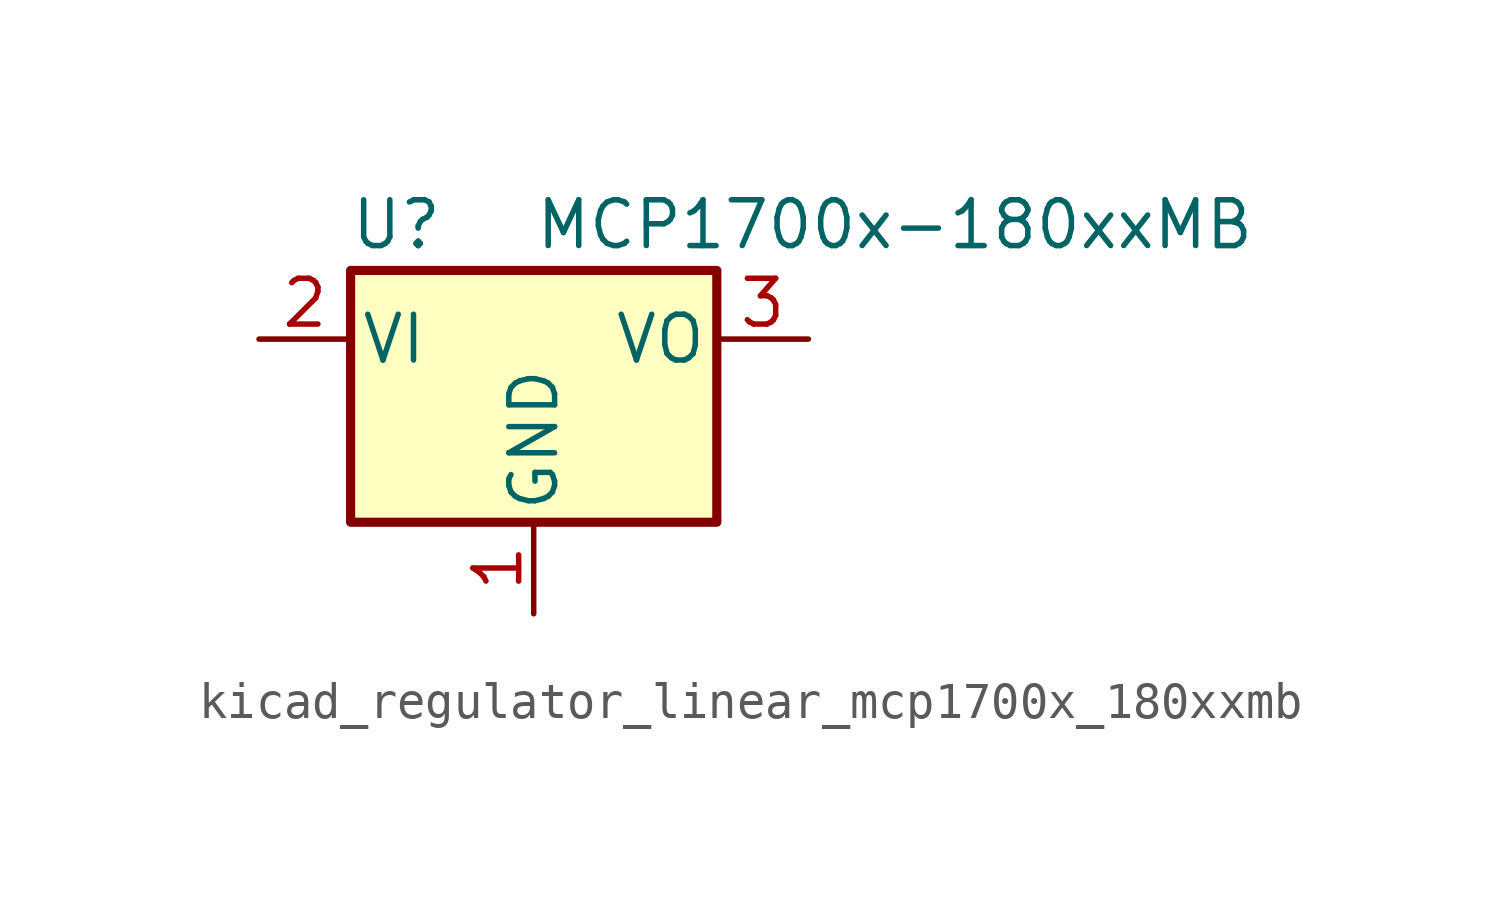
<source format=kicad_sym>
(kicad_symbol_lib
  (version 20220914)
  (generator kicad_symbol_editor)
  (symbol "kicad_regulator_linear_mcp1700x_180xxmb"
    (pin_names
      (offset 0.254))
    (property "Reference" "U"
      (at -3.81 3.175 0)
      (effects (font (size 1.27 1.27))))
    (property "Value" "MCP1700x-180xxMB"
      (at 0 3.175 0)
      (effects (font (size 1.27 1.27)) (justify left)))
    (symbol "kicad_regulator_linear_mcp1700x_180xxmb_0_1"
      (rectangle (start -5.08 -5.08) (end 5.08 1.905) (stroke (width 0.254) (type default)) (fill (type background))))
    (symbol "kicad_regulator_linear_mcp1700x_180xxmb_1_1"
      (pin power_in line (at 0 -7.62 90) (length 2.54) (name "GND" (effects (font (size 1.27 1.27)))) (number "1" (effects (font (size 1.27 1.27)))))
      (pin power_in line (at -7.62 0 0) (length 2.54) (name "VI" (effects (font (size 1.27 1.27)))) (number "2" (effects (font (size 1.27 1.27)))))
      (pin power_out line (at 7.62 0 180) (length 2.54) (name "VO" (effects (font (size 1.27 1.27)))) (number "3" (effects (font (size 1.27 1.27))))))))
</source>
